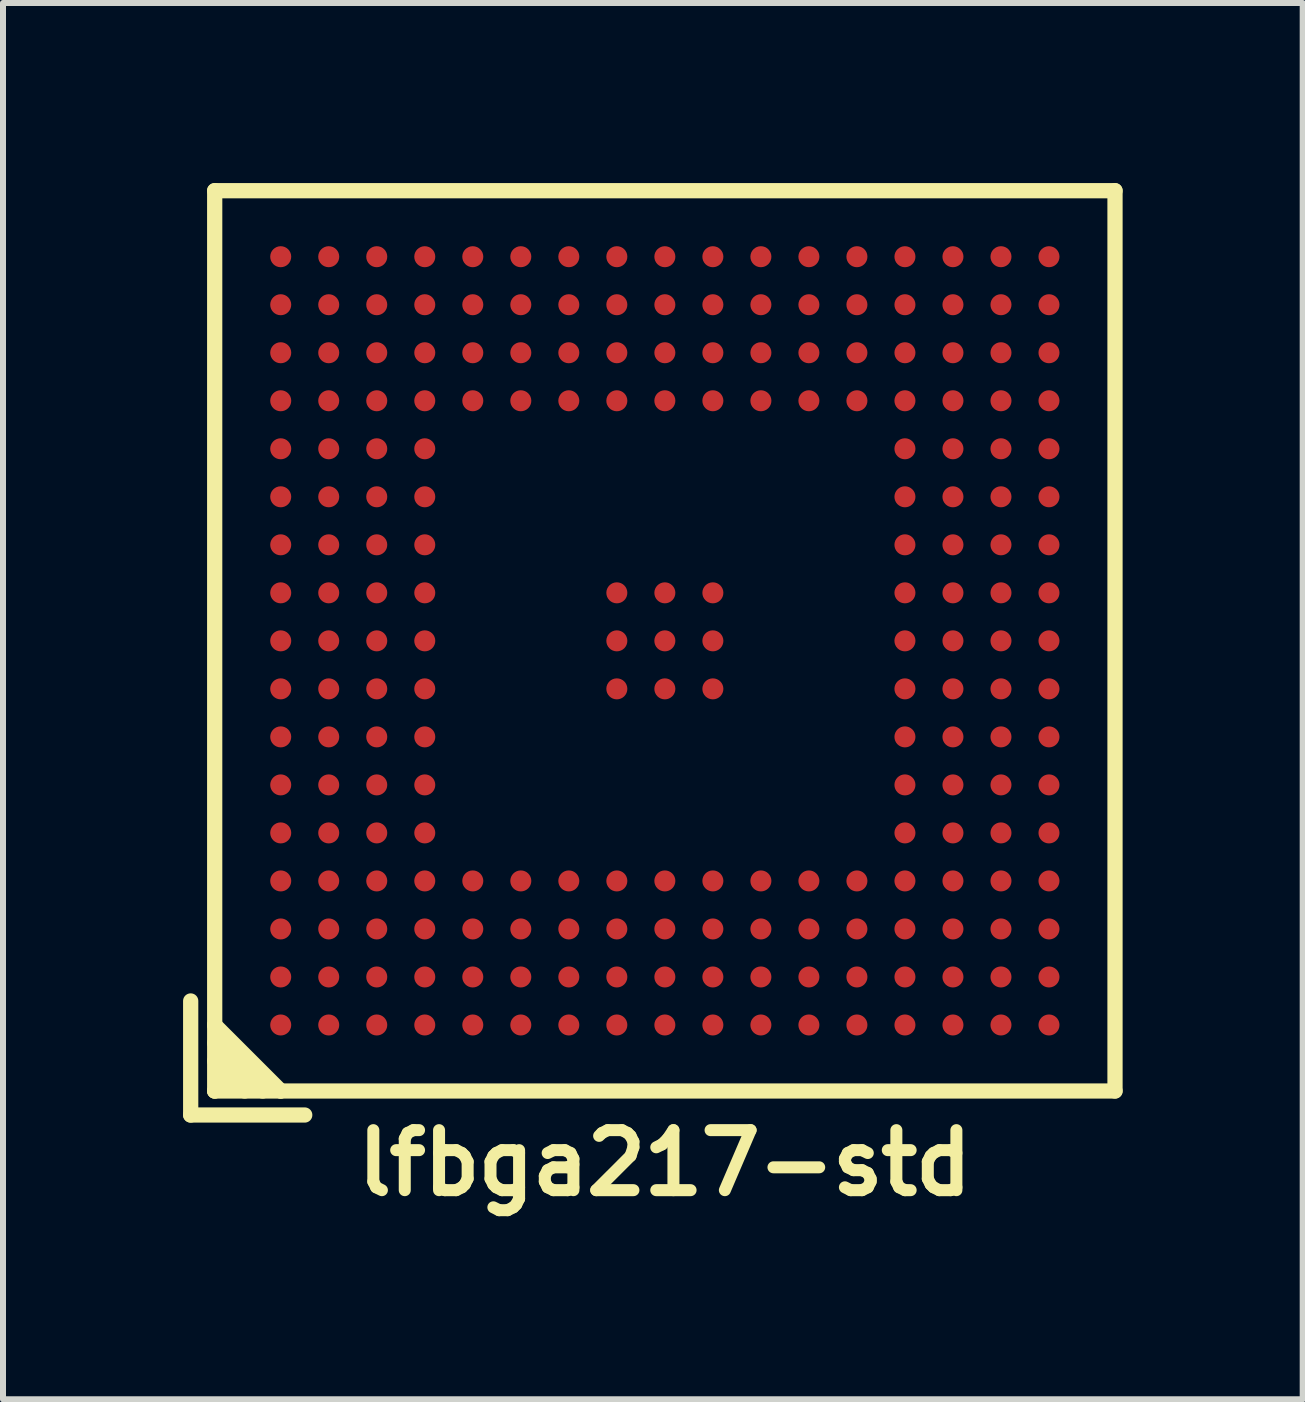
<source format=kicad_pcb>
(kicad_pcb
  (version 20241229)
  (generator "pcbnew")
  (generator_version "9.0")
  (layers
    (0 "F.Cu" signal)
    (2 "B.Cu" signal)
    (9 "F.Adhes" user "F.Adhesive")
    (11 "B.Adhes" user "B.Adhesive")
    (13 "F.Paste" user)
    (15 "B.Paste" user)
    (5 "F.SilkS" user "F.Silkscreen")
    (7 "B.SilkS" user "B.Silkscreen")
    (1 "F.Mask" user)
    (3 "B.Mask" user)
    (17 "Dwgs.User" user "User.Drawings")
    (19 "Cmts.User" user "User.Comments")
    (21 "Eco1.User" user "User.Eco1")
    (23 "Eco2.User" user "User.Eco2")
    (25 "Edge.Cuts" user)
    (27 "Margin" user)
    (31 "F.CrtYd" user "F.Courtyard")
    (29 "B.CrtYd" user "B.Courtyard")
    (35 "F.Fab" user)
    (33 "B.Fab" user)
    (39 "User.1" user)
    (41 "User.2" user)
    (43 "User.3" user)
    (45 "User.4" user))
  (footprint "lfbga217-std"
    (layer "F.Cu")
    (at 8.027 7.627)
    (property "Reference" "lfbga217-std" (at 0 8.7 0) (layer "F.SilkS") (effects (font (size 1 1) (thickness 0.2))))
    (attr through_hole)
    (fp_line (start -7.9 6) (end -7.9 7.9) (stroke (width 0.254) (type solid)) (layer "F.SilkS"))
    (fp_line (start -7.9 7.9) (end -6 7.9) (stroke (width 0.254) (type solid)) (layer "F.SilkS"))
    (fp_line (start -7.5 -7.5) (end 7.5 -7.5) (stroke (width 0.254) (type solid)) (layer "F.SilkS"))
    (fp_line (start -7.5 6.4) (end -7.5 -7.5) (stroke (width 0.254) (type solid)) (layer "F.SilkS"))
    (fp_line (start -7.5 6.4) (end -7.5 7.5) (stroke (width 0.254) (type solid)) (layer "F.SilkS"))
    (fp_line (start -7.5 6.7) (end -6.7 7.5) (stroke (width 0.254) (type solid)) (layer "F.SilkS"))
    (fp_line (start -7.5 7) (end -7 7.5) (stroke (width 0.254) (type solid)) (layer "F.SilkS"))
    (fp_line (start -7.5 7.5) (end -7 7) (stroke (width 0.254) (type solid)) (layer "F.SilkS"))
    (fp_line (start -7.5 7.5) (end -6.4 7.5) (stroke (width 0.254) (type solid)) (layer "F.SilkS"))
    (fp_line (start -6.4 7.5) (end -7.5 6.4) (stroke (width 0.254) (type solid)) (layer "F.SilkS"))
    (fp_line (start 7.5 -7.5) (end 7.5 7.5) (stroke (width 0.254) (type solid)) (layer "F.SilkS"))
    (fp_line (start 7.5 7.5) (end -6.4 7.5) (stroke (width 0.254) (type solid)) (layer "F.SilkS"))
    (pad "A1" smd circle (at -6.4 6.4 90) (size 0.35 0.35) (layers "F.Cu" "F.Mask" "F.Paste"))
    (pad "A2" smd circle (at -6.4 5.6 90) (size 0.35 0.35) (layers "F.Cu" "F.Mask" "F.Paste"))
    (pad "A3" smd circle (at -6.4 4.8 90) (size 0.35 0.35) (layers "F.Cu" "F.Mask" "F.Paste"))
    (pad "A4" smd circle (at -6.4 4 90) (size 0.35 0.35) (layers "F.Cu" "F.Mask" "F.Paste"))
    (pad "A5" smd circle (at -6.4 3.2 90) (size 0.35 0.35) (layers "F.Cu" "F.Mask" "F.Paste"))
    (pad "A6" smd circle (at -6.4 2.4 90) (size 0.35 0.35) (layers "F.Cu" "F.Mask" "F.Paste"))
    (pad "A7" smd circle (at -6.4 1.6 90) (size 0.35 0.35) (layers "F.Cu" "F.Mask" "F.Paste"))
    (pad "A8" smd circle (at -6.4 0.8 90) (size 0.35 0.35) (layers "F.Cu" "F.Mask" "F.Paste"))
    (pad "A9" smd circle (at -6.4 0 90) (size 0.35 0.35) (layers "F.Cu" "F.Mask" "F.Paste"))
    (pad "A10" smd circle (at -6.4 -0.8 90) (size 0.35 0.35) (layers "F.Cu" "F.Mask" "F.Paste"))
    (pad "A11" smd circle (at -6.4 -1.6 90) (size 0.35 0.35) (layers "F.Cu" "F.Mask" "F.Paste"))
    (pad "A12" smd circle (at -6.4 -2.4 90) (size 0.35 0.35) (layers "F.Cu" "F.Mask" "F.Paste"))
    (pad "A13" smd circle (at -6.4 -3.2 90) (size 0.35 0.35) (layers "F.Cu" "F.Mask" "F.Paste"))
    (pad "A14" smd circle (at -6.4 -4 90) (size 0.35 0.35) (layers "F.Cu" "F.Mask" "F.Paste"))
    (pad "A15" smd circle (at -6.4 -4.8 90) (size 0.35 0.35) (layers "F.Cu" "F.Mask" "F.Paste"))
    (pad "A16" smd circle (at -6.4 -5.6 90) (size 0.35 0.35) (layers "F.Cu" "F.Mask" "F.Paste"))
    (pad "A17" smd circle (at -6.4 -6.4 90) (size 0.35 0.35) (layers "F.Cu" "F.Mask" "F.Paste"))
    (pad "B1" smd circle (at -5.6 6.4 90) (size 0.35 0.35) (layers "F.Cu" "F.Mask" "F.Paste"))
    (pad "B2" smd circle (at -5.6 5.6 90) (size 0.35 0.35) (layers "F.Cu" "F.Mask" "F.Paste"))
    (pad "B3" smd circle (at -5.6 4.8 90) (size 0.35 0.35) (layers "F.Cu" "F.Mask" "F.Paste"))
    (pad "B4" smd circle (at -5.6 4 90) (size 0.35 0.35) (layers "F.Cu" "F.Mask" "F.Paste"))
    (pad "B5" smd circle (at -5.6 3.2 90) (size 0.35 0.35) (layers "F.Cu" "F.Mask" "F.Paste"))
    (pad "B6" smd circle (at -5.6 2.4 90) (size 0.35 0.35) (layers "F.Cu" "F.Mask" "F.Paste"))
    (pad "B7" smd circle (at -5.6 1.6 90) (size 0.35 0.35) (layers "F.Cu" "F.Mask" "F.Paste"))
    (pad "B8" smd circle (at -5.6 0.8 90) (size 0.35 0.35) (layers "F.Cu" "F.Mask" "F.Paste"))
    (pad "B9" smd circle (at -5.6 0 90) (size 0.35 0.35) (layers "F.Cu" "F.Mask" "F.Paste"))
    (pad "B10" smd circle (at -5.6 -0.8 90) (size 0.35 0.35) (layers "F.Cu" "F.Mask" "F.Paste"))
    (pad "B11" smd circle (at -5.6 -1.6 90) (size 0.35 0.35) (layers "F.Cu" "F.Mask" "F.Paste"))
    (pad "B12" smd circle (at -5.6 -2.4 90) (size 0.35 0.35) (layers "F.Cu" "F.Mask" "F.Paste"))
    (pad "B13" smd circle (at -5.6 -3.2 90) (size 0.35 0.35) (layers "F.Cu" "F.Mask" "F.Paste"))
    (pad "B14" smd circle (at -5.6 -4 90) (size 0.35 0.35) (layers "F.Cu" "F.Mask" "F.Paste"))
    (pad "B15" smd circle (at -5.6 -4.8 90) (size 0.35 0.35) (layers "F.Cu" "F.Mask" "F.Paste"))
    (pad "B16" smd circle (at -5.6 -5.6 90) (size 0.35 0.35) (layers "F.Cu" "F.Mask" "F.Paste"))
    (pad "B17" smd circle (at -5.6 -6.4 90) (size 0.35 0.35) (layers "F.Cu" "F.Mask" "F.Paste"))
    (pad "C1" smd circle (at -4.8 6.4 90) (size 0.35 0.35) (layers "F.Cu" "F.Mask" "F.Paste"))
    (pad "C2" smd circle (at -4.8 5.6 90) (size 0.35 0.35) (layers "F.Cu" "F.Mask" "F.Paste"))
    (pad "C3" smd circle (at -4.8 4.8 90) (size 0.35 0.35) (layers "F.Cu" "F.Mask" "F.Paste"))
    (pad "C4" smd circle (at -4.8 4 90) (size 0.35 0.35) (layers "F.Cu" "F.Mask" "F.Paste"))
    (pad "C5" smd circle (at -4.8 3.2 90) (size 0.35 0.35) (layers "F.Cu" "F.Mask" "F.Paste"))
    (pad "C6" smd circle (at -4.8 2.4 90) (size 0.35 0.35) (layers "F.Cu" "F.Mask" "F.Paste"))
    (pad "C7" smd circle (at -4.8 1.6 90) (size 0.35 0.35) (layers "F.Cu" "F.Mask" "F.Paste"))
    (pad "C8" smd circle (at -4.8 0.8 90) (size 0.35 0.35) (layers "F.Cu" "F.Mask" "F.Paste"))
    (pad "C9" smd circle (at -4.8 0 90) (size 0.35 0.35) (layers "F.Cu" "F.Mask" "F.Paste"))
    (pad "C10" smd circle (at -4.8 -0.8 90) (size 0.35 0.35) (layers "F.Cu" "F.Mask" "F.Paste"))
    (pad "C11" smd circle (at -4.8 -1.6 90) (size 0.35 0.35) (layers "F.Cu" "F.Mask" "F.Paste"))
    (pad "C12" smd circle (at -4.8 -2.4 90) (size 0.35 0.35) (layers "F.Cu" "F.Mask" "F.Paste"))
    (pad "C13" smd circle (at -4.8 -3.2 90) (size 0.35 0.35) (layers "F.Cu" "F.Mask" "F.Paste"))
    (pad "C14" smd circle (at -4.8 -4 90) (size 0.35 0.35) (layers "F.Cu" "F.Mask" "F.Paste"))
    (pad "C15" smd circle (at -4.8 -4.8 90) (size 0.35 0.35) (layers "F.Cu" "F.Mask" "F.Paste"))
    (pad "C16" smd circle (at -4.8 -5.6 90) (size 0.35 0.35) (layers "F.Cu" "F.Mask" "F.Paste"))
    (pad "C17" smd circle (at -4.8 -6.4 90) (size 0.35 0.35) (layers "F.Cu" "F.Mask" "F.Paste"))
    (pad "D1" smd circle (at -4 6.4 90) (size 0.35 0.35) (layers "F.Cu" "F.Mask" "F.Paste"))
    (pad "D2" smd circle (at -4 5.6 90) (size 0.35 0.35) (layers "F.Cu" "F.Mask" "F.Paste"))
    (pad "D3" smd circle (at -4 4.8 90) (size 0.35 0.35) (layers "F.Cu" "F.Mask" "F.Paste"))
    (pad "D4" smd circle (at -4 4 90) (size 0.35 0.35) (layers "F.Cu" "F.Mask" "F.Paste"))
    (pad "D5" smd circle (at -4 3.2 90) (size 0.35 0.35) (layers "F.Cu" "F.Mask" "F.Paste"))
    (pad "D6" smd circle (at -4 2.4 90) (size 0.35 0.35) (layers "F.Cu" "F.Mask" "F.Paste"))
    (pad "D7" smd circle (at -4 1.6 90) (size 0.35 0.35) (layers "F.Cu" "F.Mask" "F.Paste"))
    (pad "D8" smd circle (at -4 0.8 90) (size 0.35 0.35) (layers "F.Cu" "F.Mask" "F.Paste"))
    (pad "D9" smd circle (at -4 0 90) (size 0.35 0.35) (layers "F.Cu" "F.Mask" "F.Paste"))
    (pad "D10" smd circle (at -4 -0.8 90) (size 0.35 0.35) (layers "F.Cu" "F.Mask" "F.Paste"))
    (pad "D11" smd circle (at -4 -1.6 90) (size 0.35 0.35) (layers "F.Cu" "F.Mask" "F.Paste"))
    (pad "D12" smd circle (at -4 -2.4 90) (size 0.35 0.35) (layers "F.Cu" "F.Mask" "F.Paste"))
    (pad "D13" smd circle (at -4 -3.2 90) (size 0.35 0.35) (layers "F.Cu" "F.Mask" "F.Paste"))
    (pad "D14" smd circle (at -4 -4 90) (size 0.35 0.35) (layers "F.Cu" "F.Mask" "F.Paste"))
    (pad "D15" smd circle (at -4 -4.8 90) (size 0.35 0.35) (layers "F.Cu" "F.Mask" "F.Paste"))
    (pad "D16" smd circle (at -4 -5.6 90) (size 0.35 0.35) (layers "F.Cu" "F.Mask" "F.Paste"))
    (pad "D17" smd circle (at -4 -6.4 90) (size 0.35 0.35) (layers "F.Cu" "F.Mask" "F.Paste"))
    (pad "E1" smd circle (at -3.2 6.4 90) (size 0.35 0.35) (layers "F.Cu" "F.Mask" "F.Paste"))
    (pad "E2" smd circle (at -3.2 5.6 90) (size 0.35 0.35) (layers "F.Cu" "F.Mask" "F.Paste"))
    (pad "E3" smd circle (at -3.2 4.8 90) (size 0.35 0.35) (layers "F.Cu" "F.Mask" "F.Paste"))
    (pad "E4" smd circle (at -3.2 4 90) (size 0.35 0.35) (layers "F.Cu" "F.Mask" "F.Paste"))
    (pad "E14" smd circle (at -3.2 -4 90) (size 0.35 0.35) (layers "F.Cu" "F.Mask" "F.Paste"))
    (pad "E15" smd circle (at -3.2 -4.8 90) (size 0.35 0.35) (layers "F.Cu" "F.Mask" "F.Paste"))
    (pad "E16" smd circle (at -3.2 -5.6 90) (size 0.35 0.35) (layers "F.Cu" "F.Mask" "F.Paste"))
    (pad "E17" smd circle (at -3.2 -6.4 90) (size 0.35 0.35) (layers "F.Cu" "F.Mask" "F.Paste"))
    (pad "F1" smd circle (at -2.4 6.4 90) (size 0.35 0.35) (layers "F.Cu" "F.Mask" "F.Paste"))
    (pad "F2" smd circle (at -2.4 5.6 90) (size 0.35 0.35) (layers "F.Cu" "F.Mask" "F.Paste"))
    (pad "F3" smd circle (at -2.4 4.8 90) (size 0.35 0.35) (layers "F.Cu" "F.Mask" "F.Paste"))
    (pad "F4" smd circle (at -2.4 4 90) (size 0.35 0.35) (layers "F.Cu" "F.Mask" "F.Paste"))
    (pad "F14" smd circle (at -2.4 -4 90) (size 0.35 0.35) (layers "F.Cu" "F.Mask" "F.Paste"))
    (pad "F15" smd circle (at -2.4 -4.8 90) (size 0.35 0.35) (layers "F.Cu" "F.Mask" "F.Paste"))
    (pad "F16" smd circle (at -2.4 -5.6 90) (size 0.35 0.35) (layers "F.Cu" "F.Mask" "F.Paste"))
    (pad "F17" smd circle (at -2.4 -6.4 90) (size 0.35 0.35) (layers "F.Cu" "F.Mask" "F.Paste"))
    (pad "G1" smd circle (at -1.6 6.4 90) (size 0.35 0.35) (layers "F.Cu" "F.Mask" "F.Paste"))
    (pad "G2" smd circle (at -1.6 5.6 90) (size 0.35 0.35) (layers "F.Cu" "F.Mask" "F.Paste"))
    (pad "G3" smd circle (at -1.6 4.8 90) (size 0.35 0.35) (layers "F.Cu" "F.Mask" "F.Paste"))
    (pad "G4" smd circle (at -1.6 4 90) (size 0.35 0.35) (layers "F.Cu" "F.Mask" "F.Paste"))
    (pad "G14" smd circle (at -1.6 -4 90) (size 0.35 0.35) (layers "F.Cu" "F.Mask" "F.Paste"))
    (pad "G15" smd circle (at -1.6 -4.8 90) (size 0.35 0.35) (layers "F.Cu" "F.Mask" "F.Paste"))
    (pad "G16" smd circle (at -1.6 -5.6 90) (size 0.35 0.35) (layers "F.Cu" "F.Mask" "F.Paste"))
    (pad "G17" smd circle (at -1.6 -6.4 90) (size 0.35 0.35) (layers "F.Cu" "F.Mask" "F.Paste"))
    (pad "H1" smd circle (at -0.8 6.4 90) (size 0.35 0.35) (layers "F.Cu" "F.Mask" "F.Paste"))
    (pad "H2" smd circle (at -0.8 5.6 90) (size 0.35 0.35) (layers "F.Cu" "F.Mask" "F.Paste"))
    (pad "H3" smd circle (at -0.8 4.8 90) (size 0.35 0.35) (layers "F.Cu" "F.Mask" "F.Paste"))
    (pad "H4" smd circle (at -0.8 4 90) (size 0.35 0.35) (layers "F.Cu" "F.Mask" "F.Paste"))
    (pad "H8" smd circle (at -0.8 0.8 90) (size 0.35 0.35) (layers "F.Cu" "F.Mask" "F.Paste"))
    (pad "H9" smd circle (at -0.8 0 90) (size 0.35 0.35) (layers "F.Cu" "F.Mask" "F.Paste"))
    (pad "H10" smd circle (at -0.8 -0.8 90) (size 0.35 0.35) (layers "F.Cu" "F.Mask" "F.Paste"))
    (pad "H14" smd circle (at -0.8 -4 90) (size 0.35 0.35) (layers "F.Cu" "F.Mask" "F.Paste"))
    (pad "H15" smd circle (at -0.8 -4.8 90) (size 0.35 0.35) (layers "F.Cu" "F.Mask" "F.Paste"))
    (pad "H16" smd circle (at -0.8 -5.6 90) (size 0.35 0.35) (layers "F.Cu" "F.Mask" "F.Paste"))
    (pad "H17" smd circle (at -0.8 -6.4 90) (size 0.35 0.35) (layers "F.Cu" "F.Mask" "F.Paste"))
    (pad "J1" smd circle (at 0 6.4 90) (size 0.35 0.35) (layers "F.Cu" "F.Mask" "F.Paste"))
    (pad "J2" smd circle (at 0 5.6 90) (size 0.35 0.35) (layers "F.Cu" "F.Mask" "F.Paste"))
    (pad "J3" smd circle (at 0 4.8 90) (size 0.35 0.35) (layers "F.Cu" "F.Mask" "F.Paste"))
    (pad "J4" smd circle (at 0 4 90) (size 0.35 0.35) (layers "F.Cu" "F.Mask" "F.Paste"))
    (pad "J8" smd circle (at 0 0.8 90) (size 0.35 0.35) (layers "F.Cu" "F.Mask" "F.Paste"))
    (pad "J9" smd circle (at 0 0 90) (size 0.35 0.35) (layers "F.Cu" "F.Mask" "F.Paste"))
    (pad "J10" smd circle (at 0 -0.8 90) (size 0.35 0.35) (layers "F.Cu" "F.Mask" "F.Paste"))
    (pad "J14" smd circle (at 0 -4 90) (size 0.35 0.35) (layers "F.Cu" "F.Mask" "F.Paste"))
    (pad "J15" smd circle (at 0 -4.8 90) (size 0.35 0.35) (layers "F.Cu" "F.Mask" "F.Paste"))
    (pad "J16" smd circle (at 0 -5.6 90) (size 0.35 0.35) (layers "F.Cu" "F.Mask" "F.Paste"))
    (pad "J17" smd circle (at 0 -6.4 90) (size 0.35 0.35) (layers "F.Cu" "F.Mask" "F.Paste"))
    (pad "K1" smd circle (at 0.8 6.4 90) (size 0.35 0.35) (layers "F.Cu" "F.Mask" "F.Paste"))
    (pad "K2" smd circle (at 0.8 5.6 90) (size 0.35 0.35) (layers "F.Cu" "F.Mask" "F.Paste"))
    (pad "K3" smd circle (at 0.8 4.8 90) (size 0.35 0.35) (layers "F.Cu" "F.Mask" "F.Paste"))
    (pad "K4" smd circle (at 0.8 4 90) (size 0.35 0.35) (layers "F.Cu" "F.Mask" "F.Paste"))
    (pad "K8" smd circle (at 0.8 0.8 90) (size 0.35 0.35) (layers "F.Cu" "F.Mask" "F.Paste"))
    (pad "K9" smd circle (at 0.8 0 90) (size 0.35 0.35) (layers "F.Cu" "F.Mask" "F.Paste"))
    (pad "K10" smd circle (at 0.8 -0.8 90) (size 0.35 0.35) (layers "F.Cu" "F.Mask" "F.Paste"))
    (pad "K14" smd circle (at 0.8 -4 90) (size 0.35 0.35) (layers "F.Cu" "F.Mask" "F.Paste"))
    (pad "K15" smd circle (at 0.8 -4.8 90) (size 0.35 0.35) (layers "F.Cu" "F.Mask" "F.Paste"))
    (pad "K16" smd circle (at 0.8 -5.6 90) (size 0.35 0.35) (layers "F.Cu" "F.Mask" "F.Paste"))
    (pad "K17" smd circle (at 0.8 -6.4 90) (size 0.35 0.35) (layers "F.Cu" "F.Mask" "F.Paste"))
    (pad "L1" smd circle (at 1.6 6.4 90) (size 0.35 0.35) (layers "F.Cu" "F.Mask" "F.Paste"))
    (pad "L2" smd circle (at 1.6 5.6 90) (size 0.35 0.35) (layers "F.Cu" "F.Mask" "F.Paste"))
    (pad "L3" smd circle (at 1.6 4.8 90) (size 0.35 0.35) (layers "F.Cu" "F.Mask" "F.Paste"))
    (pad "L4" smd circle (at 1.6 4 90) (size 0.35 0.35) (layers "F.Cu" "F.Mask" "F.Paste"))
    (pad "L14" smd circle (at 1.6 -4 90) (size 0.35 0.35) (layers "F.Cu" "F.Mask" "F.Paste"))
    (pad "L15" smd circle (at 1.6 -4.8 90) (size 0.35 0.35) (layers "F.Cu" "F.Mask" "F.Paste"))
    (pad "L16" smd circle (at 1.6 -5.6 90) (size 0.35 0.35) (layers "F.Cu" "F.Mask" "F.Paste"))
    (pad "L17" smd circle (at 1.6 -6.4 90) (size 0.35 0.35) (layers "F.Cu" "F.Mask" "F.Paste"))
    (pad "M1" smd circle (at 2.4 6.4 90) (size 0.35 0.35) (layers "F.Cu" "F.Mask" "F.Paste"))
    (pad "M2" smd circle (at 2.4 5.6 90) (size 0.35 0.35) (layers "F.Cu" "F.Mask" "F.Paste"))
    (pad "M3" smd circle (at 2.4 4.8 90) (size 0.35 0.35) (layers "F.Cu" "F.Mask" "F.Paste"))
    (pad "M4" smd circle (at 2.4 4 90) (size 0.35 0.35) (layers "F.Cu" "F.Mask" "F.Paste"))
    (pad "M14" smd circle (at 2.4 -4 90) (size 0.35 0.35) (layers "F.Cu" "F.Mask" "F.Paste"))
    (pad "M15" smd circle (at 2.4 -4.8 90) (size 0.35 0.35) (layers "F.Cu" "F.Mask" "F.Paste"))
    (pad "M16" smd circle (at 2.4 -5.6 90) (size 0.35 0.35) (layers "F.Cu" "F.Mask" "F.Paste"))
    (pad "M17" smd circle (at 2.4 -6.4 90) (size 0.35 0.35) (layers "F.Cu" "F.Mask" "F.Paste"))
    (pad "N1" smd circle (at 3.2 6.4 90) (size 0.35 0.35) (layers "F.Cu" "F.Mask" "F.Paste"))
    (pad "N2" smd circle (at 3.2 5.6 90) (size 0.35 0.35) (layers "F.Cu" "F.Mask" "F.Paste"))
    (pad "N3" smd circle (at 3.2 4.8 90) (size 0.35 0.35) (layers "F.Cu" "F.Mask" "F.Paste"))
    (pad "N4" smd circle (at 3.2 4 90) (size 0.35 0.35) (layers "F.Cu" "F.Mask" "F.Paste"))
    (pad "N14" smd circle (at 3.2 -4 90) (size 0.35 0.35) (layers "F.Cu" "F.Mask" "F.Paste"))
    (pad "N15" smd circle (at 3.2 -4.8 90) (size 0.35 0.35) (layers "F.Cu" "F.Mask" "F.Paste"))
    (pad "N16" smd circle (at 3.2 -5.6 90) (size 0.35 0.35) (layers "F.Cu" "F.Mask" "F.Paste"))
    (pad "N17" smd circle (at 3.2 -6.4 90) (size 0.35 0.35) (layers "F.Cu" "F.Mask" "F.Paste"))
    (pad "P1" smd circle (at 4 6.4 90) (size 0.35 0.35) (layers "F.Cu" "F.Mask" "F.Paste"))
    (pad "P2" smd circle (at 4 5.6 90) (size 0.35 0.35) (layers "F.Cu" "F.Mask" "F.Paste"))
    (pad "P3" smd circle (at 4 4.8 90) (size 0.35 0.35) (layers "F.Cu" "F.Mask" "F.Paste"))
    (pad "P4" smd circle (at 4 4 90) (size 0.35 0.35) (layers "F.Cu" "F.Mask" "F.Paste"))
    (pad "P5" smd circle (at 4 3.2 90) (size 0.35 0.35) (layers "F.Cu" "F.Mask" "F.Paste"))
    (pad "P6" smd circle (at 4 2.4 90) (size 0.35 0.35) (layers "F.Cu" "F.Mask" "F.Paste"))
    (pad "P7" smd circle (at 4 1.6 90) (size 0.35 0.35) (layers "F.Cu" "F.Mask" "F.Paste"))
    (pad "P8" smd circle (at 4 0.8 90) (size 0.35 0.35) (layers "F.Cu" "F.Mask" "F.Paste"))
    (pad "P9" smd circle (at 4 0 90) (size 0.35 0.35) (layers "F.Cu" "F.Mask" "F.Paste"))
    (pad "P10" smd circle (at 4 -0.8 90) (size 0.35 0.35) (layers "F.Cu" "F.Mask" "F.Paste"))
    (pad "P11" smd circle (at 4 -1.6 90) (size 0.35 0.35) (layers "F.Cu" "F.Mask" "F.Paste"))
    (pad "P12" smd circle (at 4 -2.4 90) (size 0.35 0.35) (layers "F.Cu" "F.Mask" "F.Paste"))
    (pad "P13" smd circle (at 4 -3.2 90) (size 0.35 0.35) (layers "F.Cu" "F.Mask" "F.Paste"))
    (pad "P14" smd circle (at 4 -4 90) (size 0.35 0.35) (layers "F.Cu" "F.Mask" "F.Paste"))
    (pad "P15" smd circle (at 4 -4.8 90) (size 0.35 0.35) (layers "F.Cu" "F.Mask" "F.Paste"))
    (pad "P16" smd circle (at 4 -5.6 90) (size 0.35 0.35) (layers "F.Cu" "F.Mask" "F.Paste"))
    (pad "P17" smd circle (at 4 -6.4 90) (size 0.35 0.35) (layers "F.Cu" "F.Mask" "F.Paste"))
    (pad "R1" smd circle (at 4.8 6.4 90) (size 0.35 0.35) (layers "F.Cu" "F.Mask" "F.Paste"))
    (pad "R2" smd circle (at 4.8 5.6 90) (size 0.35 0.35) (layers "F.Cu" "F.Mask" "F.Paste"))
    (pad "R3" smd circle (at 4.8 4.8 90) (size 0.35 0.35) (layers "F.Cu" "F.Mask" "F.Paste"))
    (pad "R4" smd circle (at 4.8 4 90) (size 0.35 0.35) (layers "F.Cu" "F.Mask" "F.Paste"))
    (pad "R5" smd circle (at 4.8 3.2 90) (size 0.35 0.35) (layers "F.Cu" "F.Mask" "F.Paste"))
    (pad "R6" smd circle (at 4.8 2.4 90) (size 0.35 0.35) (layers "F.Cu" "F.Mask" "F.Paste"))
    (pad "R7" smd circle (at 4.8 1.6 90) (size 0.35 0.35) (layers "F.Cu" "F.Mask" "F.Paste"))
    (pad "R8" smd circle (at 4.8 0.8 90) (size 0.35 0.35) (layers "F.Cu" "F.Mask" "F.Paste"))
    (pad "R9" smd circle (at 4.8 0 90) (size 0.35 0.35) (layers "F.Cu" "F.Mask" "F.Paste"))
    (pad "R10" smd circle (at 4.8 -0.8 90) (size 0.35 0.35) (layers "F.Cu" "F.Mask" "F.Paste"))
    (pad "R11" smd circle (at 4.8 -1.6 90) (size 0.35 0.35) (layers "F.Cu" "F.Mask" "F.Paste"))
    (pad "R12" smd circle (at 4.8 -2.4 90) (size 0.35 0.35) (layers "F.Cu" "F.Mask" "F.Paste"))
    (pad "R13" smd circle (at 4.8 -3.2 90) (size 0.35 0.35) (layers "F.Cu" "F.Mask" "F.Paste"))
    (pad "R14" smd circle (at 4.8 -4 90) (size 0.35 0.35) (layers "F.Cu" "F.Mask" "F.Paste"))
    (pad "R15" smd circle (at 4.8 -4.8 90) (size 0.35 0.35) (layers "F.Cu" "F.Mask" "F.Paste"))
    (pad "R16" smd circle (at 4.8 -5.6 90) (size 0.35 0.35) (layers "F.Cu" "F.Mask" "F.Paste"))
    (pad "R17" smd circle (at 4.8 -6.4 90) (size 0.35 0.35) (layers "F.Cu" "F.Mask" "F.Paste"))
    (pad "T1" smd circle (at 5.6 6.4 90) (size 0.35 0.35) (layers "F.Cu" "F.Mask" "F.Paste"))
    (pad "T2" smd circle (at 5.6 5.6 90) (size 0.35 0.35) (layers "F.Cu" "F.Mask" "F.Paste"))
    (pad "T3" smd circle (at 5.6 4.8 90) (size 0.35 0.35) (layers "F.Cu" "F.Mask" "F.Paste"))
    (pad "T4" smd circle (at 5.6 4 90) (size 0.35 0.35) (layers "F.Cu" "F.Mask" "F.Paste"))
    (pad "T5" smd circle (at 5.6 3.2 90) (size 0.35 0.35) (layers "F.Cu" "F.Mask" "F.Paste"))
    (pad "T6" smd circle (at 5.6 2.4 90) (size 0.35 0.35) (layers "F.Cu" "F.Mask" "F.Paste"))
    (pad "T7" smd circle (at 5.6 1.6 90) (size 0.35 0.35) (layers "F.Cu" "F.Mask" "F.Paste"))
    (pad "T8" smd circle (at 5.6 0.8 90) (size 0.35 0.35) (layers "F.Cu" "F.Mask" "F.Paste"))
    (pad "T9" smd circle (at 5.6 0 90) (size 0.35 0.35) (layers "F.Cu" "F.Mask" "F.Paste"))
    (pad "T10" smd circle (at 5.6 -0.8 90) (size 0.35 0.35) (layers "F.Cu" "F.Mask" "F.Paste"))
    (pad "T11" smd circle (at 5.6 -1.6 90) (size 0.35 0.35) (layers "F.Cu" "F.Mask" "F.Paste"))
    (pad "T12" smd circle (at 5.6 -2.4 90) (size 0.35 0.35) (layers "F.Cu" "F.Mask" "F.Paste"))
    (pad "T13" smd circle (at 5.6 -3.2 90) (size 0.35 0.35) (layers "F.Cu" "F.Mask" "F.Paste"))
    (pad "T14" smd circle (at 5.6 -4 90) (size 0.35 0.35) (layers "F.Cu" "F.Mask" "F.Paste"))
    (pad "T15" smd circle (at 5.6 -4.8 90) (size 0.35 0.35) (layers "F.Cu" "F.Mask" "F.Paste"))
    (pad "T16" smd circle (at 5.6 -5.6 90) (size 0.35 0.35) (layers "F.Cu" "F.Mask" "F.Paste"))
    (pad "T17" smd circle (at 5.6 -6.4 90) (size 0.35 0.35) (layers "F.Cu" "F.Mask" "F.Paste"))
    (pad "U1" smd circle (at 6.4 6.4 90) (size 0.35 0.35) (layers "F.Cu" "F.Mask" "F.Paste"))
    (pad "U2" smd circle (at 6.4 5.6 90) (size 0.35 0.35) (layers "F.Cu" "F.Mask" "F.Paste"))
    (pad "U3" smd circle (at 6.4 4.8 90) (size 0.35 0.35) (layers "F.Cu" "F.Mask" "F.Paste"))
    (pad "U4" smd circle (at 6.4 4 90) (size 0.35 0.35) (layers "F.Cu" "F.Mask" "F.Paste"))
    (pad "U5" smd circle (at 6.4 3.2 90) (size 0.35 0.35) (layers "F.Cu" "F.Mask" "F.Paste"))
    (pad "U6" smd circle (at 6.4 2.4 90) (size 0.35 0.35) (layers "F.Cu" "F.Mask" "F.Paste"))
    (pad "U7" smd circle (at 6.4 1.6 90) (size 0.35 0.35) (layers "F.Cu" "F.Mask" "F.Paste"))
    (pad "U8" smd circle (at 6.4 0.8 90) (size 0.35 0.35) (layers "F.Cu" "F.Mask" "F.Paste"))
    (pad "U9" smd circle (at 6.4 0 90) (size 0.35 0.35) (layers "F.Cu" "F.Mask" "F.Paste"))
    (pad "U10" smd circle (at 6.4 -0.8 90) (size 0.35 0.35) (layers "F.Cu" "F.Mask" "F.Paste"))
    (pad "U11" smd circle (at 6.4 -1.6 90) (size 0.35 0.35) (layers "F.Cu" "F.Mask" "F.Paste"))
    (pad "U12" smd circle (at 6.4 -2.4 90) (size 0.35 0.35) (layers "F.Cu" "F.Mask" "F.Paste"))
    (pad "U13" smd circle (at 6.4 -3.2 90) (size 0.35 0.35) (layers "F.Cu" "F.Mask" "F.Paste"))
    (pad "U14" smd circle (at 6.4 -4 90) (size 0.35 0.35) (layers "F.Cu" "F.Mask" "F.Paste"))
    (pad "U15" smd circle (at 6.4 -4.8 90) (size 0.35 0.35) (layers "F.Cu" "F.Mask" "F.Paste"))
    (pad "U16" smd circle (at 6.4 -5.6 90) (size 0.35 0.35) (layers "F.Cu" "F.Mask" "F.Paste"))
    (pad "U17" smd circle (at 6.4 -6.4 90) (size 0.35 0.35) (layers "F.Cu" "F.Mask" "F.Paste")))
  (gr_rect
    (start -3 -3)
    (end 18.654 20.263)
    (stroke (width 0.1) (type default))
    (fill no)
    (layer "Edge.Cuts")))
</source>
